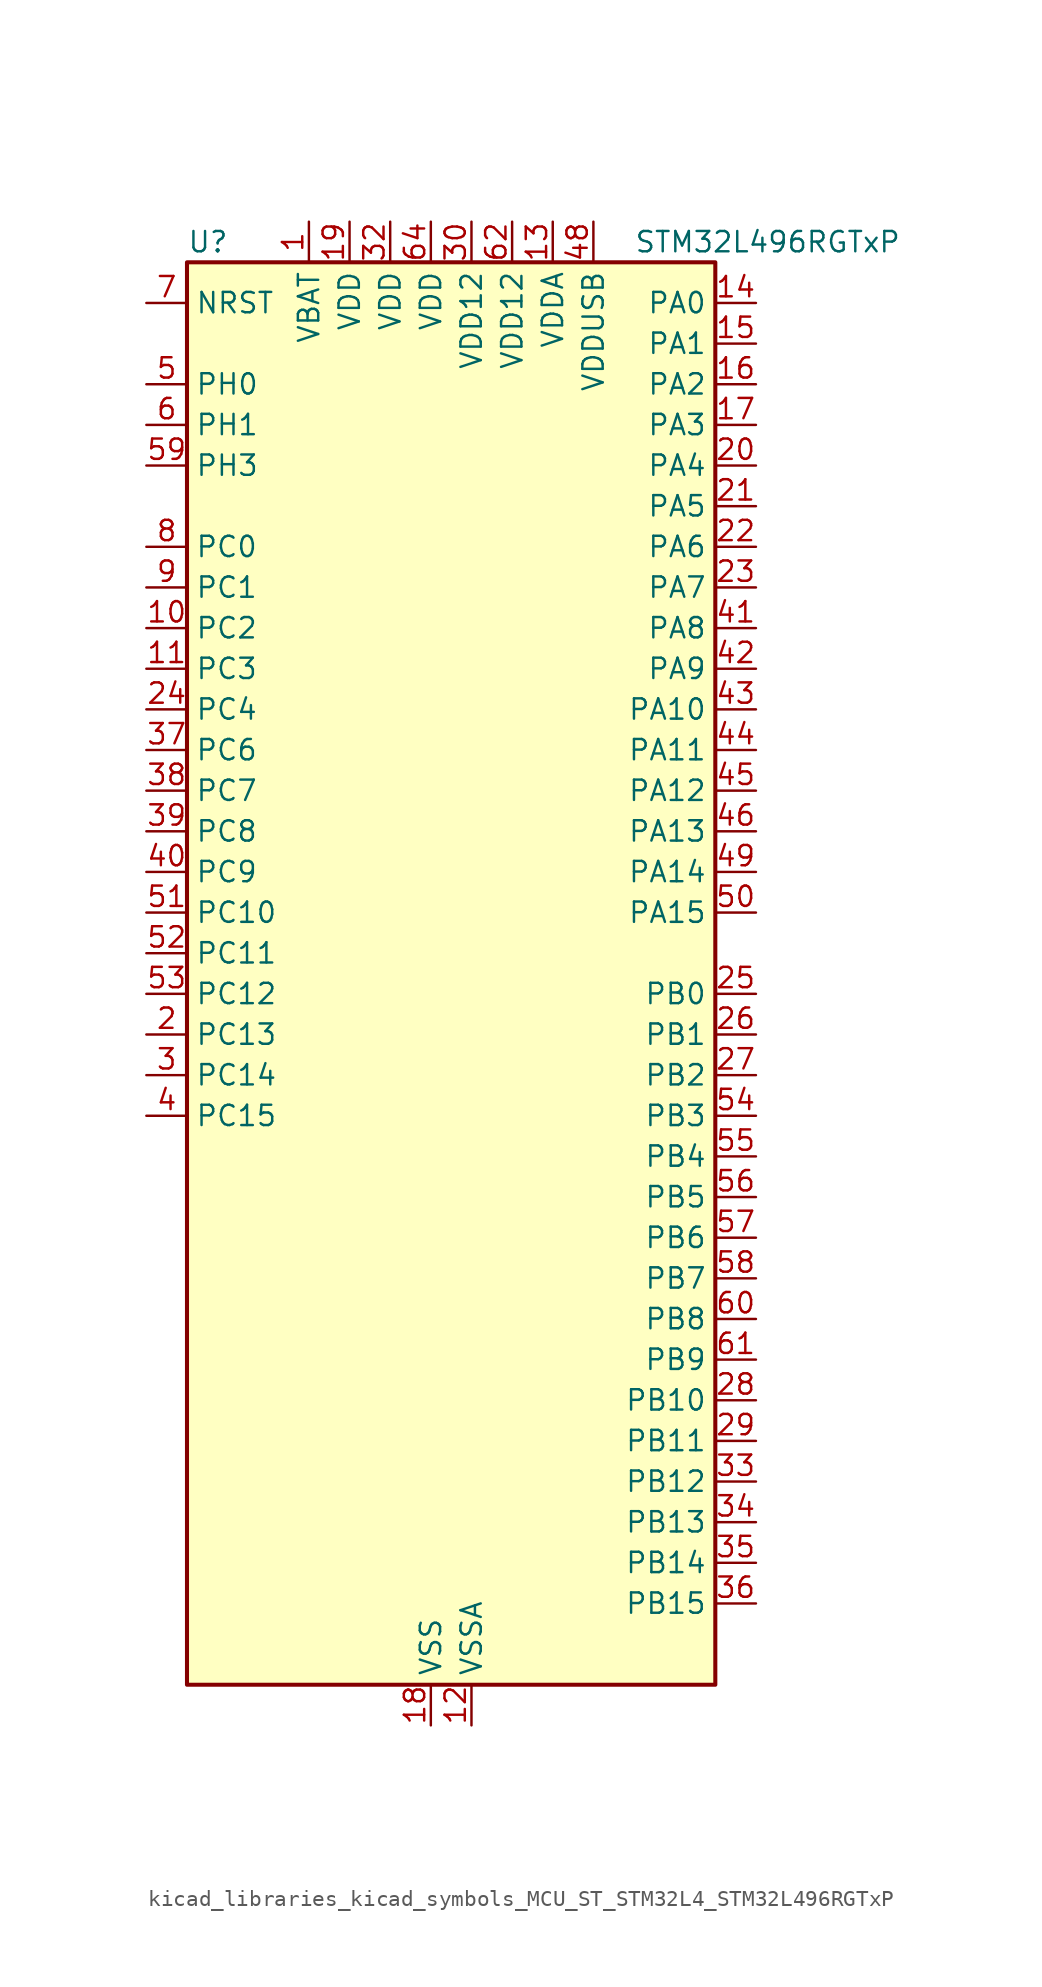
<source format=kicad_sym>
(kicad_symbol_lib
  (version 20220914)
  (generator kicad_symbol_editor)
  (symbol "kicad_libraries_kicad_symbols_MCU_ST_STM32L4_STM32L496RGTxP"
    (property "Reference" "U"
      (at -15.24 46.99 0)
      (effects (font (size 1.27 1.27)) (justify left)))
    (property "Value" "STM32L496RGTxP"
      (at 12.7 46.99 0)
      (effects (font (size 1.27 1.27)) (justify left)))
    (property "ki_locked" ""
      (at 0 0 0)
      (effects (font (size 1.27 1.27))))
    (symbol "kicad_libraries_kicad_symbols_MCU_ST_STM32L4_STM32L496RGTxP_0_1"
      (rectangle (start -15.24 -43.18) (end 17.78 45.72) (stroke (width 0.254) (type default)) (fill (type background))))
    (symbol "kicad_libraries_kicad_symbols_MCU_ST_STM32L4_STM32L496RGTxP_1_1"
      (pin power_in line (at -7.62 48.26 270) (length 2.54) (name "VBAT" (effects (font (size 1.27 1.27)))) (number "1" (effects (font (size 1.27 1.27)))))
      (pin bidirectional line (at -17.78 22.86 0) (length 2.54) (name "PC2" (effects (font (size 1.27 1.27)))) (number "10" (effects (font (size 1.27 1.27)))) (alternate "ADC1_IN3" bidirectional line) (alternate "ADC2_IN3" bidirectional line) (alternate "ADC3_IN3" bidirectional line) (alternate "DFSDM1_CKOUT" bidirectional line) (alternate "LCD_SEG20" bidirectional line) (alternate "LPTIM1_IN2" bidirectional line) (alternate "QUADSPI_BK2_IO1" bidirectional line) (alternate "SPI2_MISO" bidirectional line))
      (pin bidirectional line (at -17.78 20.32 0) (length 2.54) (name "PC3" (effects (font (size 1.27 1.27)))) (number "11" (effects (font (size 1.27 1.27)))) (alternate "ADC1_IN4" bidirectional line) (alternate "ADC2_IN4" bidirectional line) (alternate "ADC3_IN4" bidirectional line) (alternate "LCD_VLCD" bidirectional line) (alternate "LPTIM1_ETR" bidirectional line) (alternate "LPTIM2_ETR" bidirectional line) (alternate "QUADSPI_BK2_IO2" bidirectional line) (alternate "SAI1_SD_A" bidirectional line) (alternate "SPI2_MOSI" bidirectional line))
      (pin power_in line (at 2.54 -45.72 90) (length 2.54) (name "VSSA" (effects (font (size 1.27 1.27)))) (number "12" (effects (font (size 1.27 1.27)))))
      (pin power_in line (at 7.62 48.26 270) (length 2.54) (name "VDDA" (effects (font (size 1.27 1.27)))) (number "13" (effects (font (size 1.27 1.27)))))
      (pin bidirectional line (at 20.32 43.18 180) (length 2.54) (name "PA0" (effects (font (size 1.27 1.27)))) (number "14" (effects (font (size 1.27 1.27)))) (alternate "ADC1_IN5" bidirectional line) (alternate "ADC2_IN5" bidirectional line) (alternate "OPAMP1_VINP" bidirectional line) (alternate "RTC_TAMP2" bidirectional line) (alternate "SAI1_EXTCLK" bidirectional line) (alternate "SYS_WKUP1" bidirectional line) (alternate "TIM2_CH1" bidirectional line) (alternate "TIM2_ETR" bidirectional line) (alternate "TIM5_CH1" bidirectional line) (alternate "TIM8_ETR" bidirectional line) (alternate "UART4_TX" bidirectional line) (alternate "USART2_CTS" bidirectional line))
      (pin bidirectional line (at 20.32 40.64 180) (length 2.54) (name "PA1" (effects (font (size 1.27 1.27)))) (number "15" (effects (font (size 1.27 1.27)))) (alternate "ADC1_IN6" bidirectional line) (alternate "ADC2_IN6" bidirectional line) (alternate "I2C1_SMBA" bidirectional line) (alternate "LCD_SEG0" bidirectional line) (alternate "OPAMP1_VINM" bidirectional line) (alternate "SPI1_SCK" bidirectional line) (alternate "TIM15_CH1N" bidirectional line) (alternate "TIM2_CH2" bidirectional line) (alternate "TIM5_CH2" bidirectional line) (alternate "UART4_RX" bidirectional line) (alternate "USART2_DE" bidirectional line) (alternate "USART2_RTS" bidirectional line))
      (pin bidirectional line (at 20.32 38.1 180) (length 2.54) (name "PA2" (effects (font (size 1.27 1.27)))) (number "16" (effects (font (size 1.27 1.27)))) (alternate "ADC1_IN7" bidirectional line) (alternate "ADC2_IN7" bidirectional line) (alternate "LCD_SEG1" bidirectional line) (alternate "LPUART1_TX" bidirectional line) (alternate "QUADSPI_BK1_NCS" bidirectional line) (alternate "RCC_LSCO" bidirectional line) (alternate "SAI2_EXTCLK" bidirectional line) (alternate "SYS_WKUP4" bidirectional line) (alternate "TIM15_CH1" bidirectional line) (alternate "TIM2_CH3" bidirectional line) (alternate "TIM5_CH3" bidirectional line) (alternate "USART2_TX" bidirectional line))
      (pin bidirectional line (at 20.32 35.56 180) (length 2.54) (name "PA3" (effects (font (size 1.27 1.27)))) (number "17" (effects (font (size 1.27 1.27)))) (alternate "ADC1_IN8" bidirectional line) (alternate "ADC2_IN8" bidirectional line) (alternate "LCD_SEG2" bidirectional line) (alternate "LPUART1_RX" bidirectional line) (alternate "OPAMP1_VOUT" bidirectional line) (alternate "QUADSPI_CLK" bidirectional line) (alternate "SAI1_MCLK_A" bidirectional line) (alternate "TIM15_CH2" bidirectional line) (alternate "TIM2_CH4" bidirectional line) (alternate "TIM5_CH4" bidirectional line) (alternate "USART2_RX" bidirectional line))
      (pin power_in line (at 0 -45.72 90) (length 2.54) (name "VSS" (effects (font (size 1.27 1.27)))) (number "18" (effects (font (size 1.27 1.27)))))
      (pin power_in line (at -5.08 48.26 270) (length 2.54) (name "VDD" (effects (font (size 1.27 1.27)))) (number "19" (effects (font (size 1.27 1.27)))))
      (pin bidirectional line (at -17.78 -2.54 0) (length 2.54) (name "PC13" (effects (font (size 1.27 1.27)))) (number "2" (effects (font (size 1.27 1.27)))) (alternate "RTC_OUT_ALARM" bidirectional line) (alternate "RTC_OUT_CALIB" bidirectional line) (alternate "RTC_TAMP1" bidirectional line) (alternate "RTC_TS" bidirectional line) (alternate "SYS_WKUP2" bidirectional line))
      (pin bidirectional line (at 20.32 33.02 180) (length 2.54) (name "PA4" (effects (font (size 1.27 1.27)))) (number "20" (effects (font (size 1.27 1.27)))) (alternate "ADC1_IN9" bidirectional line) (alternate "ADC2_IN9" bidirectional line) (alternate "DAC1_OUT1" bidirectional line) (alternate "DCMI_HSYNC" bidirectional line) (alternate "LPTIM2_OUT" bidirectional line) (alternate "SAI1_FS_B" bidirectional line) (alternate "SPI1_NSS" bidirectional line) (alternate "SPI3_NSS" bidirectional line) (alternate "USART2_CK" bidirectional line))
      (pin bidirectional line (at 20.32 30.48 180) (length 2.54) (name "PA5" (effects (font (size 1.27 1.27)))) (number "21" (effects (font (size 1.27 1.27)))) (alternate "ADC1_IN10" bidirectional line) (alternate "ADC2_IN10" bidirectional line) (alternate "DAC1_OUT2" bidirectional line) (alternate "LPTIM2_ETR" bidirectional line) (alternate "SPI1_SCK" bidirectional line) (alternate "TIM2_CH1" bidirectional line) (alternate "TIM2_ETR" bidirectional line) (alternate "TIM8_CH1N" bidirectional line))
      (pin bidirectional line (at 20.32 27.94 180) (length 2.54) (name "PA6" (effects (font (size 1.27 1.27)))) (number "22" (effects (font (size 1.27 1.27)))) (alternate "ADC1_IN11" bidirectional line) (alternate "ADC2_IN11" bidirectional line) (alternate "DCMI_PIXCLK" bidirectional line) (alternate "LCD_SEG3" bidirectional line) (alternate "LPUART1_CTS" bidirectional line) (alternate "OPAMP2_VINP" bidirectional line) (alternate "QUADSPI_BK1_IO3" bidirectional line) (alternate "SPI1_MISO" bidirectional line) (alternate "TIM16_CH1" bidirectional line) (alternate "TIM1_BKIN" bidirectional line) (alternate "TIM1_BKIN_COMP2" bidirectional line) (alternate "TIM3_CH1" bidirectional line) (alternate "TIM8_BKIN" bidirectional line) (alternate "TIM8_BKIN_COMP2" bidirectional line) (alternate "USART3_CTS" bidirectional line))
      (pin bidirectional line (at 20.32 25.4 180) (length 2.54) (name "PA7" (effects (font (size 1.27 1.27)))) (number "23" (effects (font (size 1.27 1.27)))) (alternate "ADC1_IN12" bidirectional line) (alternate "ADC2_IN12" bidirectional line) (alternate "I2C3_SCL" bidirectional line) (alternate "LCD_SEG4" bidirectional line) (alternate "OPAMP2_VINM" bidirectional line) (alternate "QUADSPI_BK1_IO2" bidirectional line) (alternate "SPI1_MOSI" bidirectional line) (alternate "TIM17_CH1" bidirectional line) (alternate "TIM1_CH1N" bidirectional line) (alternate "TIM3_CH2" bidirectional line) (alternate "TIM8_CH1N" bidirectional line))
      (pin bidirectional line (at -17.78 17.78 0) (length 2.54) (name "PC4" (effects (font (size 1.27 1.27)))) (number "24" (effects (font (size 1.27 1.27)))) (alternate "ADC1_IN13" bidirectional line) (alternate "ADC2_IN13" bidirectional line) (alternate "COMP1_INM" bidirectional line) (alternate "LCD_SEG22" bidirectional line) (alternate "QUADSPI_BK2_IO3" bidirectional line) (alternate "USART3_TX" bidirectional line))
      (pin bidirectional line (at 20.32 0 180) (length 2.54) (name "PB0" (effects (font (size 1.27 1.27)))) (number "25" (effects (font (size 1.27 1.27)))) (alternate "ADC1_IN15" bidirectional line) (alternate "ADC2_IN15" bidirectional line) (alternate "COMP1_OUT" bidirectional line) (alternate "LCD_SEG5" bidirectional line) (alternate "OPAMP2_VOUT" bidirectional line) (alternate "QUADSPI_BK1_IO1" bidirectional line) (alternate "SAI1_EXTCLK" bidirectional line) (alternate "SPI1_NSS" bidirectional line) (alternate "TIM1_CH2N" bidirectional line) (alternate "TIM3_CH3" bidirectional line) (alternate "TIM8_CH2N" bidirectional line) (alternate "USART3_CK" bidirectional line))
      (pin bidirectional line (at 20.32 -2.54 180) (length 2.54) (name "PB1" (effects (font (size 1.27 1.27)))) (number "26" (effects (font (size 1.27 1.27)))) (alternate "ADC1_IN16" bidirectional line) (alternate "ADC2_IN16" bidirectional line) (alternate "COMP1_INM" bidirectional line) (alternate "DFSDM1_DATIN0" bidirectional line) (alternate "LCD_SEG6" bidirectional line) (alternate "LPTIM2_IN1" bidirectional line) (alternate "LPUART1_DE" bidirectional line) (alternate "LPUART1_RTS" bidirectional line) (alternate "QUADSPI_BK1_IO0" bidirectional line) (alternate "TIM1_CH3N" bidirectional line) (alternate "TIM3_CH4" bidirectional line) (alternate "TIM8_CH3N" bidirectional line) (alternate "USART3_DE" bidirectional line) (alternate "USART3_RTS" bidirectional line))
      (pin bidirectional line (at 20.32 -5.08 180) (length 2.54) (name "PB2" (effects (font (size 1.27 1.27)))) (number "27" (effects (font (size 1.27 1.27)))) (alternate "COMP1_INP" bidirectional line) (alternate "DFSDM1_CKIN0" bidirectional line) (alternate "I2C3_SMBA" bidirectional line) (alternate "LCD_VLCD" bidirectional line) (alternate "LPTIM1_OUT" bidirectional line) (alternate "RTC_OUT_ALARM" bidirectional line) (alternate "RTC_OUT_CALIB" bidirectional line))
      (pin bidirectional line (at 20.32 -25.4 180) (length 2.54) (name "PB10" (effects (font (size 1.27 1.27)))) (number "28" (effects (font (size 1.27 1.27)))) (alternate "COMP1_OUT" bidirectional line) (alternate "DFSDM1_DATIN7" bidirectional line) (alternate "I2C2_SCL" bidirectional line) (alternate "I2C4_SCL" bidirectional line) (alternate "LCD_SEG10" bidirectional line) (alternate "LPUART1_RX" bidirectional line) (alternate "QUADSPI_CLK" bidirectional line) (alternate "SAI1_SCK_A" bidirectional line) (alternate "SPI2_SCK" bidirectional line) (alternate "TIM2_CH3" bidirectional line) (alternate "TSC_SYNC" bidirectional line) (alternate "USART3_TX" bidirectional line))
      (pin bidirectional line (at 20.32 -27.94 180) (length 2.54) (name "PB11" (effects (font (size 1.27 1.27)))) (number "29" (effects (font (size 1.27 1.27)))) (alternate "ADC1_EXTI11" bidirectional line) (alternate "ADC2_EXTI11" bidirectional line) (alternate "ADC3_EXTI11" bidirectional line) (alternate "COMP2_OUT" bidirectional line) (alternate "DFSDM1_CKIN7" bidirectional line) (alternate "I2C2_SDA" bidirectional line) (alternate "I2C4_SDA" bidirectional line) (alternate "LCD_SEG11" bidirectional line) (alternate "LPUART1_TX" bidirectional line) (alternate "QUADSPI_BK1_NCS" bidirectional line) (alternate "TIM2_CH4" bidirectional line) (alternate "USART3_RX" bidirectional line))
      (pin bidirectional line (at -17.78 -5.08 0) (length 2.54) (name "PC14" (effects (font (size 1.27 1.27)))) (number "3" (effects (font (size 1.27 1.27)))) (alternate "RCC_OSC32_IN" bidirectional line))
      (pin power_in line (at 2.54 48.26 270) (length 2.54) (name "VDD12" (effects (font (size 1.27 1.27)))) (number "30" (effects (font (size 1.27 1.27)))))
      (pin passive line (at 0 -45.72 90) (length 2.54) hide (name "VSS" (effects (font (size 1.27 1.27)))) (number "31" (effects (font (size 1.27 1.27)))))
      (pin power_in line (at -2.54 48.26 270) (length 2.54) (name "VDD" (effects (font (size 1.27 1.27)))) (number "32" (effects (font (size 1.27 1.27)))))
      (pin bidirectional line (at 20.32 -30.48 180) (length 2.54) (name "PB12" (effects (font (size 1.27 1.27)))) (number "33" (effects (font (size 1.27 1.27)))) (alternate "CAN2_RX" bidirectional line) (alternate "DFSDM1_DATIN1" bidirectional line) (alternate "I2C2_SMBA" bidirectional line) (alternate "LCD_SEG12" bidirectional line) (alternate "LPUART1_DE" bidirectional line) (alternate "LPUART1_RTS" bidirectional line) (alternate "SAI2_FS_A" bidirectional line) (alternate "SPI2_NSS" bidirectional line) (alternate "SWPMI1_IO" bidirectional line) (alternate "TIM15_BKIN" bidirectional line) (alternate "TIM1_BKIN" bidirectional line) (alternate "TIM1_BKIN_COMP2" bidirectional line) (alternate "TSC_G1_IO1" bidirectional line) (alternate "USART3_CK" bidirectional line))
      (pin bidirectional line (at 20.32 -33.02 180) (length 2.54) (name "PB13" (effects (font (size 1.27 1.27)))) (number "34" (effects (font (size 1.27 1.27)))) (alternate "CAN2_TX" bidirectional line) (alternate "DFSDM1_CKIN1" bidirectional line) (alternate "I2C2_SCL" bidirectional line) (alternate "LCD_SEG13" bidirectional line) (alternate "LPUART1_CTS" bidirectional line) (alternate "SAI2_SCK_A" bidirectional line) (alternate "SPI2_SCK" bidirectional line) (alternate "SWPMI1_TX" bidirectional line) (alternate "TIM15_CH1N" bidirectional line) (alternate "TIM1_CH1N" bidirectional line) (alternate "TSC_G1_IO2" bidirectional line) (alternate "USART3_CTS" bidirectional line))
      (pin bidirectional line (at 20.32 -35.56 180) (length 2.54) (name "PB14" (effects (font (size 1.27 1.27)))) (number "35" (effects (font (size 1.27 1.27)))) (alternate "DFSDM1_DATIN2" bidirectional line) (alternate "I2C2_SDA" bidirectional line) (alternate "LCD_SEG14" bidirectional line) (alternate "SAI2_MCLK_A" bidirectional line) (alternate "SPI2_MISO" bidirectional line) (alternate "SWPMI1_RX" bidirectional line) (alternate "TIM15_CH1" bidirectional line) (alternate "TIM1_CH2N" bidirectional line) (alternate "TIM8_CH2N" bidirectional line) (alternate "TSC_G1_IO3" bidirectional line) (alternate "USART3_DE" bidirectional line) (alternate "USART3_RTS" bidirectional line))
      (pin bidirectional line (at 20.32 -38.1 180) (length 2.54) (name "PB15" (effects (font (size 1.27 1.27)))) (number "36" (effects (font (size 1.27 1.27)))) (alternate "ADC1_EXTI15" bidirectional line) (alternate "ADC2_EXTI15" bidirectional line) (alternate "ADC3_EXTI15" bidirectional line) (alternate "DFSDM1_CKIN2" bidirectional line) (alternate "LCD_SEG15" bidirectional line) (alternate "RTC_REFIN" bidirectional line) (alternate "SAI2_SD_A" bidirectional line) (alternate "SPI2_MOSI" bidirectional line) (alternate "SWPMI1_SUSPEND" bidirectional line) (alternate "TIM15_CH2" bidirectional line) (alternate "TIM1_CH3N" bidirectional line) (alternate "TIM8_CH3N" bidirectional line) (alternate "TSC_G1_IO4" bidirectional line))
      (pin bidirectional line (at -17.78 15.24 0) (length 2.54) (name "PC6" (effects (font (size 1.27 1.27)))) (number "37" (effects (font (size 1.27 1.27)))) (alternate "DCMI_D0" bidirectional line) (alternate "DFSDM1_CKIN3" bidirectional line) (alternate "LCD_SEG24" bidirectional line) (alternate "SAI2_MCLK_A" bidirectional line) (alternate "TIM3_CH1" bidirectional line) (alternate "TIM8_CH1" bidirectional line) (alternate "TSC_G4_IO1" bidirectional line))
      (pin bidirectional line (at -17.78 12.7 0) (length 2.54) (name "PC7" (effects (font (size 1.27 1.27)))) (number "38" (effects (font (size 1.27 1.27)))) (alternate "DCMI_D1" bidirectional line) (alternate "DFSDM1_DATIN3" bidirectional line) (alternate "LCD_SEG25" bidirectional line) (alternate "SAI2_MCLK_B" bidirectional line) (alternate "TIM3_CH2" bidirectional line) (alternate "TIM8_CH2" bidirectional line) (alternate "TSC_G4_IO2" bidirectional line))
      (pin bidirectional line (at -17.78 10.16 0) (length 2.54) (name "PC8" (effects (font (size 1.27 1.27)))) (number "39" (effects (font (size 1.27 1.27)))) (alternate "DCMI_D2" bidirectional line) (alternate "LCD_SEG26" bidirectional line) (alternate "TIM3_CH3" bidirectional line) (alternate "TIM8_CH3" bidirectional line) (alternate "TSC_G4_IO3" bidirectional line))
      (pin bidirectional line (at -17.78 -7.62 0) (length 2.54) (name "PC15" (effects (font (size 1.27 1.27)))) (number "4" (effects (font (size 1.27 1.27)))) (alternate "ADC1_EXTI15" bidirectional line) (alternate "ADC2_EXTI15" bidirectional line) (alternate "ADC3_EXTI15" bidirectional line) (alternate "RCC_OSC32_OUT" bidirectional line))
      (pin bidirectional line (at -17.78 7.62 0) (length 2.54) (name "PC9" (effects (font (size 1.27 1.27)))) (number "40" (effects (font (size 1.27 1.27)))) (alternate "DAC1_EXTI9" bidirectional line) (alternate "DCMI_D3" bidirectional line) (alternate "I2C3_SDA" bidirectional line) (alternate "LCD_SEG27" bidirectional line) (alternate "SAI2_EXTCLK" bidirectional line) (alternate "TIM3_CH4" bidirectional line) (alternate "TIM8_BKIN2" bidirectional line) (alternate "TIM8_BKIN2_COMP1" bidirectional line) (alternate "TIM8_CH4" bidirectional line) (alternate "TSC_G4_IO4" bidirectional line) (alternate "USB_OTG_FS_NOE" bidirectional line))
      (pin bidirectional line (at 20.32 22.86 180) (length 2.54) (name "PA8" (effects (font (size 1.27 1.27)))) (number "41" (effects (font (size 1.27 1.27)))) (alternate "LCD_COM0" bidirectional line) (alternate "LPTIM2_OUT" bidirectional line) (alternate "RCC_MCO" bidirectional line) (alternate "SAI1_SCK_A" bidirectional line) (alternate "SWPMI1_IO" bidirectional line) (alternate "TIM1_CH1" bidirectional line) (alternate "USART1_CK" bidirectional line) (alternate "USB_OTG_FS_SOF" bidirectional line))
      (pin bidirectional line (at 20.32 20.32 180) (length 2.54) (name "PA9" (effects (font (size 1.27 1.27)))) (number "42" (effects (font (size 1.27 1.27)))) (alternate "DAC1_EXTI9" bidirectional line) (alternate "DCMI_D0" bidirectional line) (alternate "LCD_COM1" bidirectional line) (alternate "SAI1_FS_A" bidirectional line) (alternate "SPI2_SCK" bidirectional line) (alternate "TIM15_BKIN" bidirectional line) (alternate "TIM1_CH2" bidirectional line) (alternate "USART1_TX" bidirectional line) (alternate "USB_OTG_FS_VBUS" bidirectional line))
      (pin bidirectional line (at 20.32 17.78 180) (length 2.54) (name "PA10" (effects (font (size 1.27 1.27)))) (number "43" (effects (font (size 1.27 1.27)))) (alternate "DCMI_D1" bidirectional line) (alternate "LCD_COM2" bidirectional line) (alternate "SAI1_SD_A" bidirectional line) (alternate "TIM17_BKIN" bidirectional line) (alternate "TIM1_CH3" bidirectional line) (alternate "USART1_RX" bidirectional line) (alternate "USB_OTG_FS_ID" bidirectional line))
      (pin bidirectional line (at 20.32 15.24 180) (length 2.54) (name "PA11" (effects (font (size 1.27 1.27)))) (number "44" (effects (font (size 1.27 1.27)))) (alternate "ADC1_EXTI11" bidirectional line) (alternate "ADC2_EXTI11" bidirectional line) (alternate "ADC3_EXTI11" bidirectional line) (alternate "CAN1_RX" bidirectional line) (alternate "SPI1_MISO" bidirectional line) (alternate "TIM1_BKIN2" bidirectional line) (alternate "TIM1_BKIN2_COMP1" bidirectional line) (alternate "TIM1_CH4" bidirectional line) (alternate "USART1_CTS" bidirectional line) (alternate "USB_OTG_FS_DM" bidirectional line))
      (pin bidirectional line (at 20.32 12.7 180) (length 2.54) (name "PA12" (effects (font (size 1.27 1.27)))) (number "45" (effects (font (size 1.27 1.27)))) (alternate "CAN1_TX" bidirectional line) (alternate "SPI1_MOSI" bidirectional line) (alternate "TIM1_ETR" bidirectional line) (alternate "USART1_DE" bidirectional line) (alternate "USART1_RTS" bidirectional line) (alternate "USB_OTG_FS_DP" bidirectional line))
      (pin bidirectional line (at 20.32 10.16 180) (length 2.54) (name "PA13" (effects (font (size 1.27 1.27)))) (number "46" (effects (font (size 1.27 1.27)))) (alternate "IR_OUT" bidirectional line) (alternate "SAI1_SD_B" bidirectional line) (alternate "SWPMI1_TX" bidirectional line) (alternate "SYS_JTMS-SWDIO" bidirectional line) (alternate "USB_OTG_FS_NOE" bidirectional line))
      (pin passive line (at 0 -45.72 90) (length 2.54) hide (name "VSS" (effects (font (size 1.27 1.27)))) (number "47" (effects (font (size 1.27 1.27)))))
      (pin power_in line (at 10.16 48.26 270) (length 2.54) (name "VDDUSB" (effects (font (size 1.27 1.27)))) (number "48" (effects (font (size 1.27 1.27)))))
      (pin bidirectional line (at 20.32 7.62 180) (length 2.54) (name "PA14" (effects (font (size 1.27 1.27)))) (number "49" (effects (font (size 1.27 1.27)))) (alternate "I2C1_SMBA" bidirectional line) (alternate "I2C4_SMBA" bidirectional line) (alternate "LPTIM1_OUT" bidirectional line) (alternate "SAI1_FS_B" bidirectional line) (alternate "SWPMI1_RX" bidirectional line) (alternate "SYS_JTCK-SWCLK" bidirectional line) (alternate "USB_OTG_FS_SOF" bidirectional line))
      (pin bidirectional line (at -17.78 38.1 0) (length 2.54) (name "PH0" (effects (font (size 1.27 1.27)))) (number "5" (effects (font (size 1.27 1.27)))) (alternate "RCC_OSC_IN" bidirectional line))
      (pin bidirectional line (at 20.32 5.08 180) (length 2.54) (name "PA15" (effects (font (size 1.27 1.27)))) (number "50" (effects (font (size 1.27 1.27)))) (alternate "ADC1_EXTI15" bidirectional line) (alternate "ADC2_EXTI15" bidirectional line) (alternate "ADC3_EXTI15" bidirectional line) (alternate "LCD_SEG17" bidirectional line) (alternate "SAI2_FS_B" bidirectional line) (alternate "SPI1_NSS" bidirectional line) (alternate "SPI3_NSS" bidirectional line) (alternate "SWPMI1_SUSPEND" bidirectional line) (alternate "SYS_JTDI" bidirectional line) (alternate "TIM2_CH1" bidirectional line) (alternate "TIM2_ETR" bidirectional line) (alternate "TSC_G3_IO1" bidirectional line) (alternate "UART4_DE" bidirectional line) (alternate "UART4_RTS" bidirectional line) (alternate "USART2_RX" bidirectional line) (alternate "USART3_DE" bidirectional line) (alternate "USART3_RTS" bidirectional line))
      (pin bidirectional line (at -17.78 5.08 0) (length 2.54) (name "PC10" (effects (font (size 1.27 1.27)))) (number "51" (effects (font (size 1.27 1.27)))) (alternate "DCMI_D8" bidirectional line) (alternate "LCD_COM4" bidirectional line) (alternate "LCD_SEG28" bidirectional line) (alternate "LCD_SEG40" bidirectional line) (alternate "SAI2_SCK_B" bidirectional line) (alternate "SPI3_SCK" bidirectional line) (alternate "SYS_TRACED1" bidirectional line) (alternate "TSC_G3_IO2" bidirectional line) (alternate "UART4_TX" bidirectional line) (alternate "USART3_TX" bidirectional line))
      (pin bidirectional line (at -17.78 2.54 0) (length 2.54) (name "PC11" (effects (font (size 1.27 1.27)))) (number "52" (effects (font (size 1.27 1.27)))) (alternate "ADC1_EXTI11" bidirectional line) (alternate "ADC2_EXTI11" bidirectional line) (alternate "ADC3_EXTI11" bidirectional line) (alternate "DCMI_D4" bidirectional line) (alternate "LCD_COM5" bidirectional line) (alternate "LCD_SEG29" bidirectional line) (alternate "LCD_SEG41" bidirectional line) (alternate "QUADSPI_BK2_NCS" bidirectional line) (alternate "SAI2_MCLK_B" bidirectional line) (alternate "SPI3_MISO" bidirectional line) (alternate "TSC_G3_IO3" bidirectional line) (alternate "UART4_RX" bidirectional line) (alternate "USART3_RX" bidirectional line))
      (pin bidirectional line (at -17.78 0 0) (length 2.54) (name "PC12" (effects (font (size 1.27 1.27)))) (number "53" (effects (font (size 1.27 1.27)))) (alternate "DCMI_D9" bidirectional line) (alternate "LCD_COM6" bidirectional line) (alternate "LCD_SEG30" bidirectional line) (alternate "LCD_SEG42" bidirectional line) (alternate "SAI2_SD_B" bidirectional line) (alternate "SPI3_MOSI" bidirectional line) (alternate "SYS_TRACED3" bidirectional line) (alternate "TSC_G3_IO4" bidirectional line) (alternate "UART5_TX" bidirectional line) (alternate "USART3_CK" bidirectional line))
      (pin bidirectional line (at 20.32 -7.62 180) (length 2.54) (name "PB3" (effects (font (size 1.27 1.27)))) (number "54" (effects (font (size 1.27 1.27)))) (alternate "COMP2_INM" bidirectional line) (alternate "CRS_SYNC" bidirectional line) (alternate "LCD_SEG7" bidirectional line) (alternate "SAI1_SCK_B" bidirectional line) (alternate "SPI1_SCK" bidirectional line) (alternate "SPI3_SCK" bidirectional line) (alternate "SYS_JTDO-SWO" bidirectional line) (alternate "TIM2_CH2" bidirectional line) (alternate "USART1_DE" bidirectional line) (alternate "USART1_RTS" bidirectional line))
      (pin bidirectional line (at 20.32 -10.16 180) (length 2.54) (name "PB4" (effects (font (size 1.27 1.27)))) (number "55" (effects (font (size 1.27 1.27)))) (alternate "COMP2_INP" bidirectional line) (alternate "DCMI_D12" bidirectional line) (alternate "I2C3_SDA" bidirectional line) (alternate "LCD_SEG8" bidirectional line) (alternate "SAI1_MCLK_B" bidirectional line) (alternate "SPI1_MISO" bidirectional line) (alternate "SPI3_MISO" bidirectional line) (alternate "SYS_JTRST" bidirectional line) (alternate "TIM17_BKIN" bidirectional line) (alternate "TIM3_CH1" bidirectional line) (alternate "TSC_G2_IO1" bidirectional line) (alternate "UART5_DE" bidirectional line) (alternate "UART5_RTS" bidirectional line) (alternate "USART1_CTS" bidirectional line))
      (pin bidirectional line (at 20.32 -12.7 180) (length 2.54) (name "PB5" (effects (font (size 1.27 1.27)))) (number "56" (effects (font (size 1.27 1.27)))) (alternate "CAN2_RX" bidirectional line) (alternate "COMP2_OUT" bidirectional line) (alternate "DCMI_D10" bidirectional line) (alternate "I2C1_SMBA" bidirectional line) (alternate "LCD_SEG9" bidirectional line) (alternate "LPTIM1_IN1" bidirectional line) (alternate "SAI1_SD_B" bidirectional line) (alternate "SPI1_MOSI" bidirectional line) (alternate "SPI3_MOSI" bidirectional line) (alternate "TIM16_BKIN" bidirectional line) (alternate "TIM3_CH2" bidirectional line) (alternate "TSC_G2_IO2" bidirectional line) (alternate "UART5_CTS" bidirectional line) (alternate "USART1_CK" bidirectional line))
      (pin bidirectional line (at 20.32 -15.24 180) (length 2.54) (name "PB6" (effects (font (size 1.27 1.27)))) (number "57" (effects (font (size 1.27 1.27)))) (alternate "CAN2_TX" bidirectional line) (alternate "COMP2_INP" bidirectional line) (alternate "DCMI_D5" bidirectional line) (alternate "DFSDM1_DATIN5" bidirectional line) (alternate "I2C1_SCL" bidirectional line) (alternate "I2C4_SCL" bidirectional line) (alternate "LPTIM1_ETR" bidirectional line) (alternate "SAI1_FS_B" bidirectional line) (alternate "TIM16_CH1N" bidirectional line) (alternate "TIM4_CH1" bidirectional line) (alternate "TIM8_BKIN2" bidirectional line) (alternate "TIM8_BKIN2_COMP2" bidirectional line) (alternate "TSC_G2_IO3" bidirectional line) (alternate "USART1_TX" bidirectional line))
      (pin bidirectional line (at 20.32 -17.78 180) (length 2.54) (name "PB7" (effects (font (size 1.27 1.27)))) (number "58" (effects (font (size 1.27 1.27)))) (alternate "COMP2_INM" bidirectional line) (alternate "DCMI_VSYNC" bidirectional line) (alternate "DFSDM1_CKIN5" bidirectional line) (alternate "I2C1_SDA" bidirectional line) (alternate "I2C4_SDA" bidirectional line) (alternate "LCD_SEG21" bidirectional line) (alternate "LPTIM1_IN2" bidirectional line) (alternate "SYS_PVD_IN" bidirectional line) (alternate "TIM17_CH1N" bidirectional line) (alternate "TIM4_CH2" bidirectional line) (alternate "TIM8_BKIN" bidirectional line) (alternate "TIM8_BKIN_COMP1" bidirectional line) (alternate "TSC_G2_IO4" bidirectional line) (alternate "UART4_CTS" bidirectional line) (alternate "USART1_RX" bidirectional line))
      (pin bidirectional line (at -17.78 33.02 0) (length 2.54) (name "PH3" (effects (font (size 1.27 1.27)))) (number "59" (effects (font (size 1.27 1.27)))))
      (pin bidirectional line (at -17.78 35.56 0) (length 2.54) (name "PH1" (effects (font (size 1.27 1.27)))) (number "6" (effects (font (size 1.27 1.27)))) (alternate "RCC_OSC_OUT" bidirectional line))
      (pin bidirectional line (at 20.32 -20.32 180) (length 2.54) (name "PB8" (effects (font (size 1.27 1.27)))) (number "60" (effects (font (size 1.27 1.27)))) (alternate "CAN1_RX" bidirectional line) (alternate "DCMI_D6" bidirectional line) (alternate "DFSDM1_DATIN6" bidirectional line) (alternate "I2C1_SCL" bidirectional line) (alternate "LCD_SEG16" bidirectional line) (alternate "SAI1_MCLK_A" bidirectional line) (alternate "TIM16_CH1" bidirectional line) (alternate "TIM4_CH3" bidirectional line))
      (pin bidirectional line (at 20.32 -22.86 180) (length 2.54) (name "PB9" (effects (font (size 1.27 1.27)))) (number "61" (effects (font (size 1.27 1.27)))) (alternate "CAN1_TX" bidirectional line) (alternate "DAC1_EXTI9" bidirectional line) (alternate "DCMI_D7" bidirectional line) (alternate "DFSDM1_CKIN6" bidirectional line) (alternate "I2C1_SDA" bidirectional line) (alternate "IR_OUT" bidirectional line) (alternate "LCD_COM3" bidirectional line) (alternate "SAI1_FS_A" bidirectional line) (alternate "SPI2_NSS" bidirectional line) (alternate "TIM17_CH1" bidirectional line) (alternate "TIM4_CH4" bidirectional line))
      (pin power_in line (at 5.08 48.26 270) (length 2.54) (name "VDD12" (effects (font (size 1.27 1.27)))) (number "62" (effects (font (size 1.27 1.27)))))
      (pin passive line (at 0 -45.72 90) (length 2.54) hide (name "VSS" (effects (font (size 1.27 1.27)))) (number "63" (effects (font (size 1.27 1.27)))))
      (pin power_in line (at 0 48.26 270) (length 2.54) (name "VDD" (effects (font (size 1.27 1.27)))) (number "64" (effects (font (size 1.27 1.27)))))
      (pin input line (at -17.78 43.18 0) (length 2.54) (name "NRST" (effects (font (size 1.27 1.27)))) (number "7" (effects (font (size 1.27 1.27)))))
      (pin bidirectional line (at -17.78 27.94 0) (length 2.54) (name "PC0" (effects (font (size 1.27 1.27)))) (number "8" (effects (font (size 1.27 1.27)))) (alternate "ADC1_IN1" bidirectional line) (alternate "ADC2_IN1" bidirectional line) (alternate "ADC3_IN1" bidirectional line) (alternate "DFSDM1_DATIN4" bidirectional line) (alternate "I2C3_SCL" bidirectional line) (alternate "I2C4_SCL" bidirectional line) (alternate "LCD_SEG18" bidirectional line) (alternate "LPTIM1_IN1" bidirectional line) (alternate "LPTIM2_IN1" bidirectional line) (alternate "LPUART1_RX" bidirectional line))
      (pin bidirectional line (at -17.78 25.4 0) (length 2.54) (name "PC1" (effects (font (size 1.27 1.27)))) (number "9" (effects (font (size 1.27 1.27)))) (alternate "ADC1_IN2" bidirectional line) (alternate "ADC2_IN2" bidirectional line) (alternate "ADC3_IN2" bidirectional line) (alternate "DFSDM1_CKIN4" bidirectional line) (alternate "I2C3_SDA" bidirectional line) (alternate "I2C4_SDA" bidirectional line) (alternate "LCD_SEG19" bidirectional line) (alternate "LPTIM1_OUT" bidirectional line) (alternate "LPUART1_TX" bidirectional line) (alternate "QUADSPI_BK2_IO0" bidirectional line) (alternate "SAI1_SD_A" bidirectional line) (alternate "SPI2_MOSI" bidirectional line) (alternate "SYS_TRACED0" bidirectional line)))))
</source>
